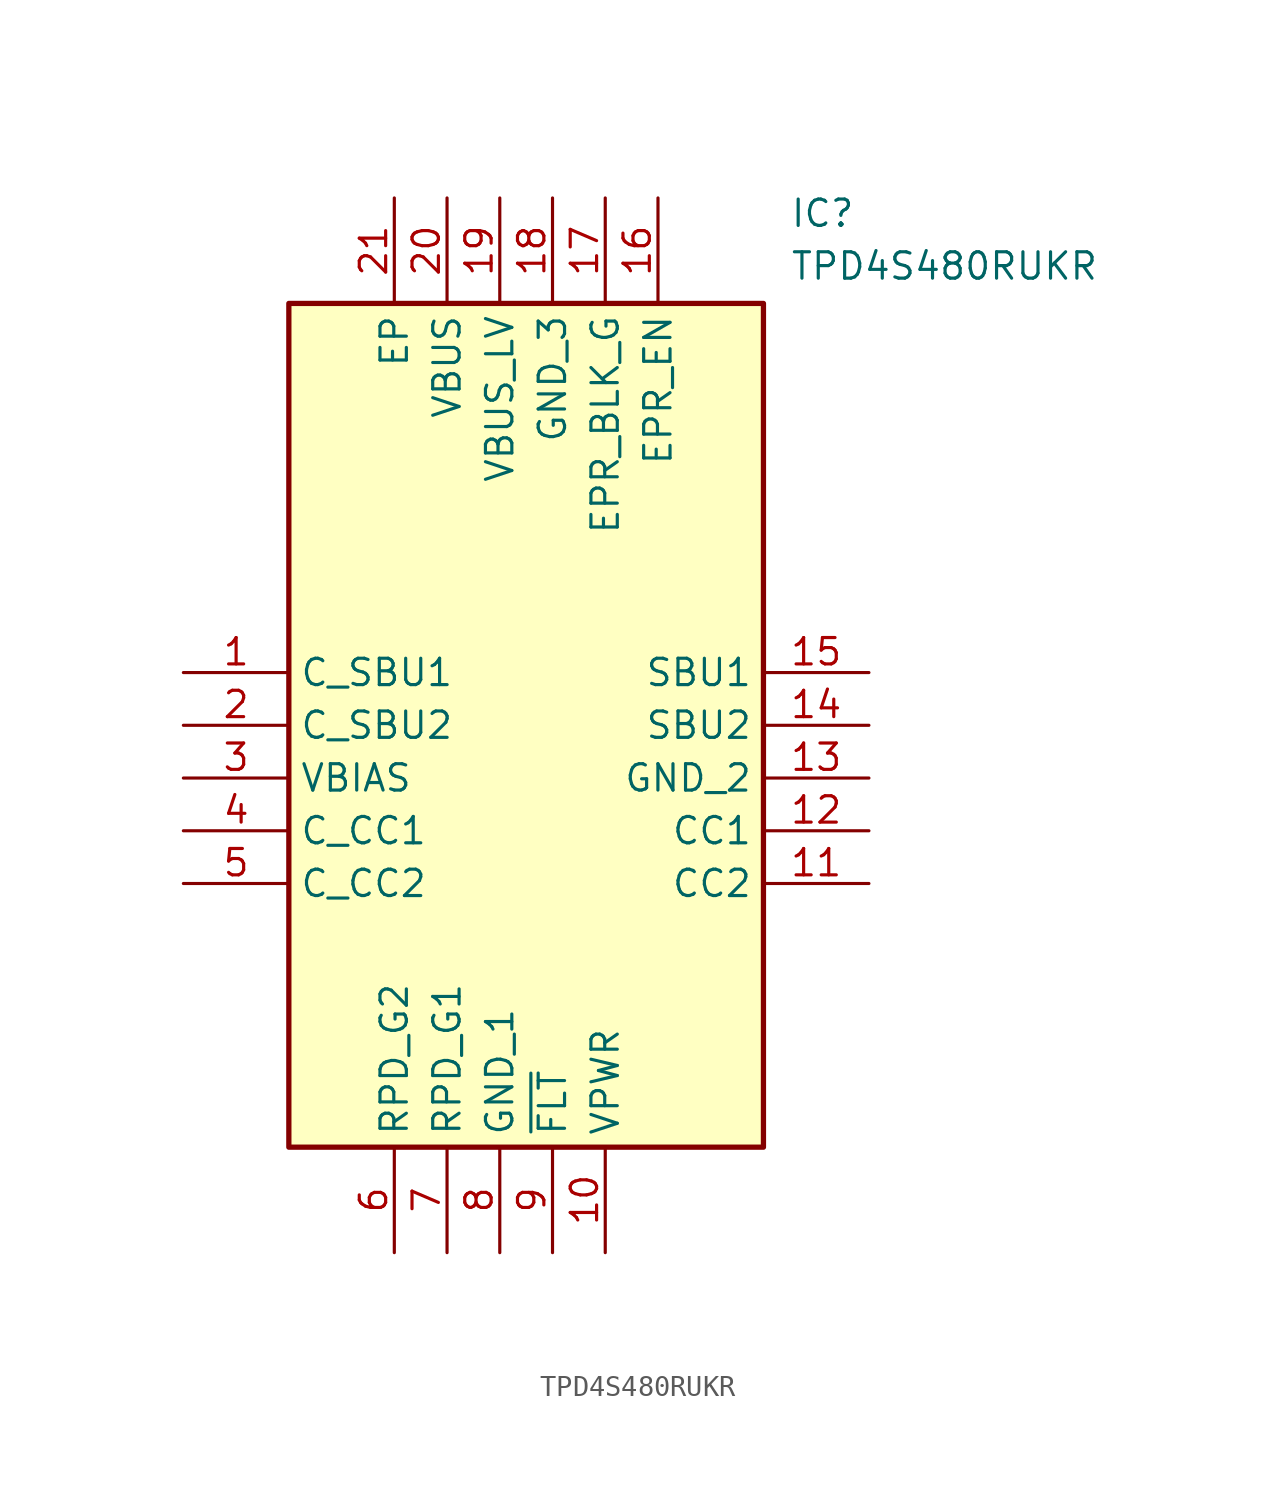
<source format=kicad_sym>
(kicad_symbol_lib
  (version 20211014)
  (generator SamacSys_ECAD_Model)
  (symbol "TPD4S480RUKR"
    (property "Reference" "IC"
      (at 29.21 22.86 0)
      (effects (font (size 1.27 1.27)) (justify left top)))
    (property "Value" "TPD4S480RUKR"
      (at 29.21 20.32 0)
      (effects (font (size 1.27 1.27)) (justify left top)))
    (rectangle
      (start 5.08 17.78)
      (end 27.94 -22.86)
      (stroke (width 0.254) (type default))
      (fill (type background)))
    (pin passive line
      (at 0 0 0)
      (length 5.08)
      (name "C_SBU1" (effects (font (size 1.27 1.27))))
      (number "1" (effects (font (size 1.27 1.27)))))
    (pin passive line
      (at 0 -2.54 0)
      (length 5.08)
      (name "C_SBU2" (effects (font (size 1.27 1.27))))
      (number "2" (effects (font (size 1.27 1.27)))))
    (pin passive line
      (at 0 -5.08 0)
      (length 5.08)
      (name "VBIAS" (effects (font (size 1.27 1.27))))
      (number "3" (effects (font (size 1.27 1.27)))))
    (pin passive line
      (at 0 -7.62 0)
      (length 5.08)
      (name "C_CC1" (effects (font (size 1.27 1.27))))
      (number "4" (effects (font (size 1.27 1.27)))))
    (pin passive line
      (at 0 -10.16 0)
      (length 5.08)
      (name "C_CC2" (effects (font (size 1.27 1.27))))
      (number "5" (effects (font (size 1.27 1.27)))))
    (pin passive line
      (at 10.16 -27.94 90)
      (length 5.08)
      (name "RPD_G2" (effects (font (size 1.27 1.27))))
      (number "6" (effects (font (size 1.27 1.27)))))
    (pin passive line
      (at 12.7 -27.94 90)
      (length 5.08)
      (name "RPD_G1" (effects (font (size 1.27 1.27))))
      (number "7" (effects (font (size 1.27 1.27)))))
    (pin passive line
      (at 15.24 -27.94 90)
      (length 5.08)
      (name "GND_1" (effects (font (size 1.27 1.27))))
      (number "8" (effects (font (size 1.27 1.27)))))
    (pin passive line
      (at 17.78 -27.94 90)
      (length 5.08)
      (name "~{FLT}" (effects (font (size 1.27 1.27))))
      (number "9" (effects (font (size 1.27 1.27)))))
    (pin passive line
      (at 20.32 -27.94 90)
      (length 5.08)
      (name "VPWR" (effects (font (size 1.27 1.27))))
      (number "10" (effects (font (size 1.27 1.27)))))
    (pin passive line
      (at 33.02 0 180)
      (length 5.08)
      (name "SBU1" (effects (font (size 1.27 1.27))))
      (number "15" (effects (font (size 1.27 1.27)))))
    (pin passive line
      (at 33.02 -2.54 180)
      (length 5.08)
      (name "SBU2" (effects (font (size 1.27 1.27))))
      (number "14" (effects (font (size 1.27 1.27)))))
    (pin passive line
      (at 33.02 -5.08 180)
      (length 5.08)
      (name "GND_2" (effects (font (size 1.27 1.27))))
      (number "13" (effects (font (size 1.27 1.27)))))
    (pin passive line
      (at 33.02 -7.62 180)
      (length 5.08)
      (name "CC1" (effects (font (size 1.27 1.27))))
      (number "12" (effects (font (size 1.27 1.27)))))
    (pin passive line
      (at 33.02 -10.16 180)
      (length 5.08)
      (name "CC2" (effects (font (size 1.27 1.27))))
      (number "11" (effects (font (size 1.27 1.27)))))
    (pin passive line
      (at 10.16 22.86 270)
      (length 5.08)
      (name "EP" (effects (font (size 1.27 1.27))))
      (number "21" (effects (font (size 1.27 1.27)))))
    (pin passive line
      (at 12.7 22.86 270)
      (length 5.08)
      (name "VBUS" (effects (font (size 1.27 1.27))))
      (number "20" (effects (font (size 1.27 1.27)))))
    (pin passive line
      (at 15.24 22.86 270)
      (length 5.08)
      (name "VBUS_LV" (effects (font (size 1.27 1.27))))
      (number "19" (effects (font (size 1.27 1.27)))))
    (pin passive line
      (at 17.78 22.86 270)
      (length 5.08)
      (name "GND_3" (effects (font (size 1.27 1.27))))
      (number "18" (effects (font (size 1.27 1.27)))))
    (pin passive line
      (at 20.32 22.86 270)
      (length 5.08)
      (name "EPR_BLK_G" (effects (font (size 1.27 1.27))))
      (number "17" (effects (font (size 1.27 1.27)))))
    (pin passive line
      (at 22.86 22.86 270)
      (length 5.08)
      (name "EPR_EN" (effects (font (size 1.27 1.27))))
      (number "16" (effects (font (size 1.27 1.27)))))))
</source>
